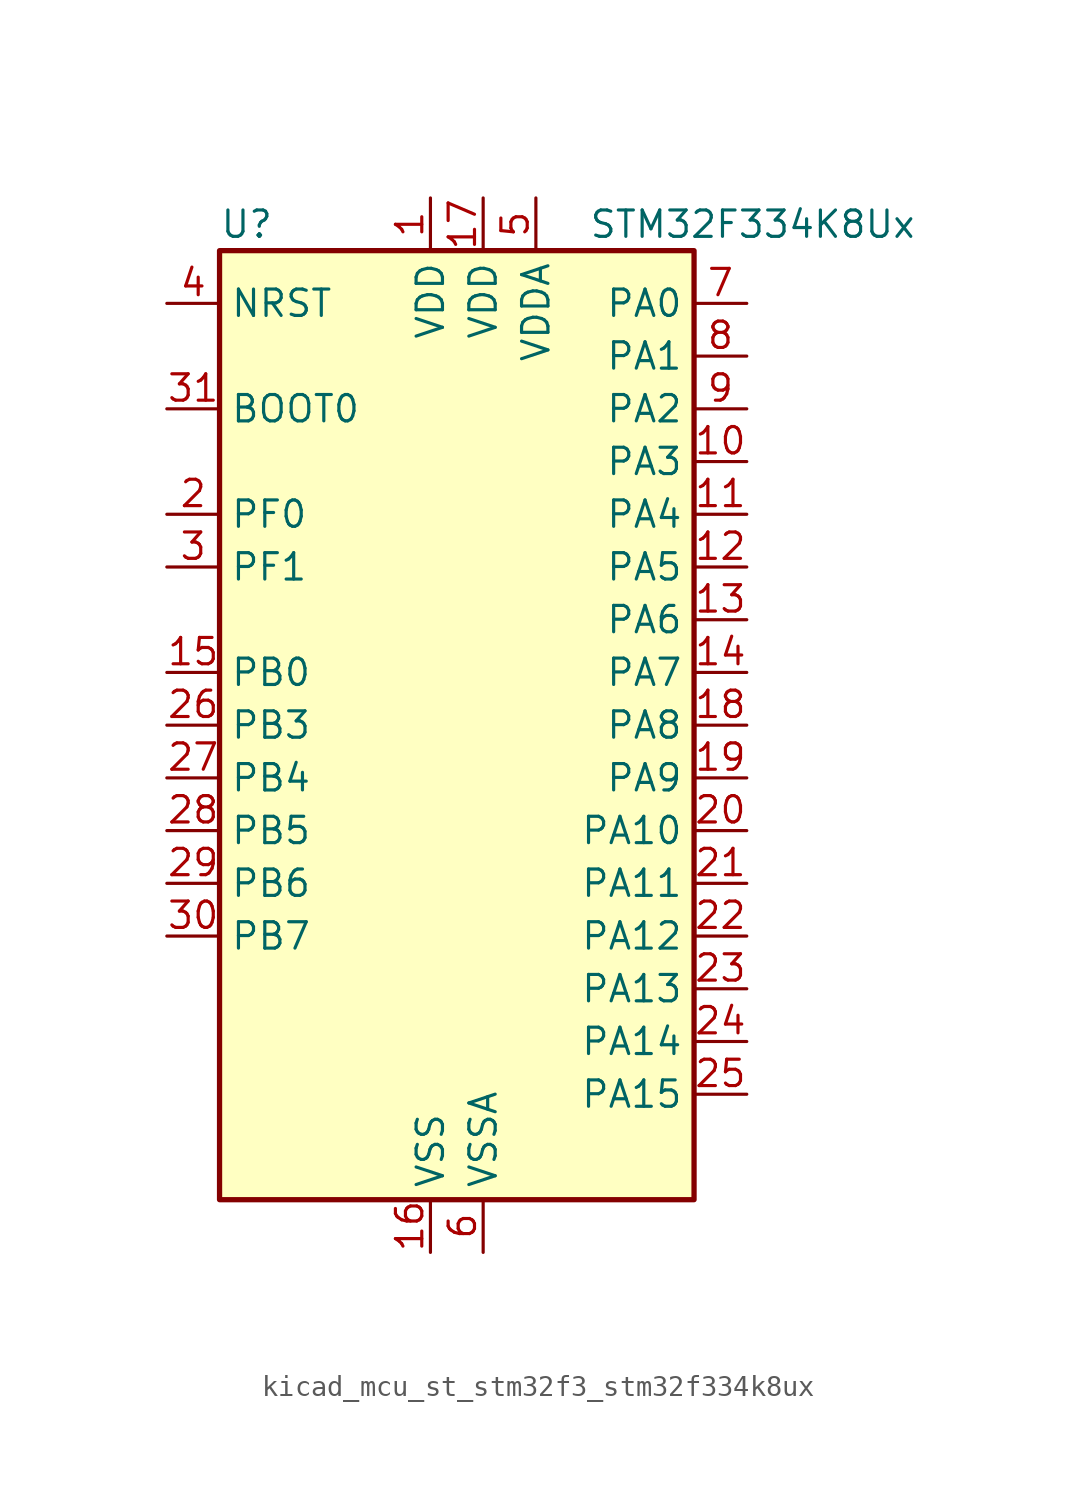
<source format=kicad_sym>
(kicad_symbol_lib
  (version 20220914)
  (generator kicad_symbol_editor)
  (symbol "kicad_mcu_st_stm32f3_stm32f334k8ux"
    (property "Reference" "U"
      (at -10.16 24.13 0)
      (effects (font (size 1.27 1.27)) (justify left)))
    (property "Value" "STM32F334K8Ux"
      (at 7.62 24.13 0)
      (effects (font (size 1.27 1.27)) (justify left)))
    (property "ki_locked" ""
      (at 0 0 0)
      (effects (font (size 1.27 1.27))))
    (symbol "kicad_mcu_st_stm32f3_stm32f334k8ux_0_1"
      (rectangle (start -10.16 -22.86) (end 12.7 22.86) (stroke (width 0.254) (type default)) (fill (type background))))
    (symbol "kicad_mcu_st_stm32f3_stm32f334k8ux_1_1"
      (pin power_in line (at 0 25.4 270) (length 2.54) (name "VDD" (effects (font (size 1.27 1.27)))) (number "1" (effects (font (size 1.27 1.27)))))
      (pin bidirectional line (at 15.24 12.7 180) (length 2.54) (name "PA3" (effects (font (size 1.27 1.27)))) (number "10" (effects (font (size 1.27 1.27)))) (alternate "ADC1_IN4" bidirectional line) (alternate "TIM15_CH2" bidirectional line) (alternate "TIM2_CH4" bidirectional line) (alternate "TSC_G1_IO4" bidirectional line) (alternate "USART2_RX" bidirectional line))
      (pin bidirectional line (at 15.24 10.16 180) (length 2.54) (name "PA4" (effects (font (size 1.27 1.27)))) (number "11" (effects (font (size 1.27 1.27)))) (alternate "ADC2_IN1" bidirectional line) (alternate "COMP2_INM" bidirectional line) (alternate "COMP4_INM" bidirectional line) (alternate "DAC1_OUT1" bidirectional line) (alternate "SPI1_NSS" bidirectional line) (alternate "TIM3_CH2" bidirectional line) (alternate "TSC_G2_IO1" bidirectional line) (alternate "USART2_CK" bidirectional line))
      (pin bidirectional line (at 15.24 7.62 180) (length 2.54) (name "PA5" (effects (font (size 1.27 1.27)))) (number "12" (effects (font (size 1.27 1.27)))) (alternate "ADC2_IN2" bidirectional line) (alternate "DAC1_OUT2" bidirectional line) (alternate "OPAMP2_VINM" bidirectional line) (alternate "OPAMP2_VINM_SEC" bidirectional line) (alternate "SPI1_SCK" bidirectional line) (alternate "TIM2_CH1" bidirectional line) (alternate "TIM2_ETR" bidirectional line) (alternate "TSC_G2_IO2" bidirectional line))
      (pin bidirectional line (at 15.24 5.08 180) (length 2.54) (name "PA6" (effects (font (size 1.27 1.27)))) (number "13" (effects (font (size 1.27 1.27)))) (alternate "ADC2_IN3" bidirectional line) (alternate "DAC2_OUT1" bidirectional line) (alternate "OPAMP2_DIG" bidirectional line) (alternate "OPAMP2_VOUT" bidirectional line) (alternate "SPI1_MISO" bidirectional line) (alternate "TIM16_CH1" bidirectional line) (alternate "TIM1_BKIN" bidirectional line) (alternate "TIM3_CH1" bidirectional line) (alternate "TSC_G2_IO3" bidirectional line))
      (pin bidirectional line (at 15.24 2.54 180) (length 2.54) (name "PA7" (effects (font (size 1.27 1.27)))) (number "14" (effects (font (size 1.27 1.27)))) (alternate "ADC2_IN4" bidirectional line) (alternate "COMP2_INP" bidirectional line) (alternate "OPAMP2_VINP" bidirectional line) (alternate "OPAMP2_VINP_SEC" bidirectional line) (alternate "SPI1_MOSI" bidirectional line) (alternate "TIM17_CH1" bidirectional line) (alternate "TIM1_CH1N" bidirectional line) (alternate "TIM3_CH2" bidirectional line) (alternate "TSC_G2_IO4" bidirectional line))
      (pin bidirectional line (at -12.7 2.54 0) (length 2.54) (name "PB0" (effects (font (size 1.27 1.27)))) (number "15" (effects (font (size 1.27 1.27)))) (alternate "ADC1_IN11" bidirectional line) (alternate "COMP4_INP" bidirectional line) (alternate "OPAMP2_VINP" bidirectional line) (alternate "OPAMP2_VINP_SEC" bidirectional line) (alternate "TIM1_CH2N" bidirectional line) (alternate "TIM3_CH3" bidirectional line) (alternate "TSC_G3_IO2" bidirectional line))
      (pin power_in line (at 0 -25.4 90) (length 2.54) (name "VSS" (effects (font (size 1.27 1.27)))) (number "16" (effects (font (size 1.27 1.27)))))
      (pin power_in line (at 2.54 25.4 270) (length 2.54) (name "VDD" (effects (font (size 1.27 1.27)))) (number "17" (effects (font (size 1.27 1.27)))))
      (pin bidirectional line (at 15.24 0 180) (length 2.54) (name "PA8" (effects (font (size 1.27 1.27)))) (number "18" (effects (font (size 1.27 1.27)))) (alternate "HRTIM1_CHA1" bidirectional line) (alternate "RCC_MCO" bidirectional line) (alternate "TIM1_CH1" bidirectional line) (alternate "USART1_CK" bidirectional line))
      (pin bidirectional line (at 15.24 -2.54 180) (length 2.54) (name "PA9" (effects (font (size 1.27 1.27)))) (number "19" (effects (font (size 1.27 1.27)))) (alternate "DAC1_EXTI9" bidirectional line) (alternate "DAC2_EXTI9" bidirectional line) (alternate "HRTIM1_CHA2" bidirectional line) (alternate "TIM15_BKIN" bidirectional line) (alternate "TIM1_CH2" bidirectional line) (alternate "TIM2_CH3" bidirectional line) (alternate "TSC_G4_IO1" bidirectional line) (alternate "USART1_TX" bidirectional line))
      (pin bidirectional line (at -12.7 10.16 0) (length 2.54) (name "PF0" (effects (font (size 1.27 1.27)))) (number "2" (effects (font (size 1.27 1.27)))) (alternate "RCC_OSC_IN" bidirectional line) (alternate "TIM1_CH3N" bidirectional line))
      (pin bidirectional line (at 15.24 -5.08 180) (length 2.54) (name "PA10" (effects (font (size 1.27 1.27)))) (number "20" (effects (font (size 1.27 1.27)))) (alternate "HRTIM1_CHB1" bidirectional line) (alternate "TIM17_BKIN" bidirectional line) (alternate "TIM1_CH3" bidirectional line) (alternate "TIM2_CH4" bidirectional line) (alternate "TSC_G4_IO2" bidirectional line) (alternate "USART1_RX" bidirectional line))
      (pin bidirectional line (at 15.24 -7.62 180) (length 2.54) (name "PA11" (effects (font (size 1.27 1.27)))) (number "21" (effects (font (size 1.27 1.27)))) (alternate "ADC1_EXTI11" bidirectional line) (alternate "ADC2_EXTI11" bidirectional line) (alternate "CAN_RX" bidirectional line) (alternate "HRTIM1_CHB2" bidirectional line) (alternate "TIM1_BKIN2" bidirectional line) (alternate "TIM1_CH1N" bidirectional line) (alternate "TIM1_CH4" bidirectional line) (alternate "USART1_CTS" bidirectional line))
      (pin bidirectional line (at 15.24 -10.16 180) (length 2.54) (name "PA12" (effects (font (size 1.27 1.27)))) (number "22" (effects (font (size 1.27 1.27)))) (alternate "CAN_TX" bidirectional line) (alternate "COMP2_OUT" bidirectional line) (alternate "HRTIM1_FLT1" bidirectional line) (alternate "TIM16_CH1" bidirectional line) (alternate "TIM1_CH2N" bidirectional line) (alternate "TIM1_ETR" bidirectional line) (alternate "USART1_DE" bidirectional line) (alternate "USART1_RTS" bidirectional line))
      (pin bidirectional line (at 15.24 -12.7 180) (length 2.54) (name "PA13" (effects (font (size 1.27 1.27)))) (number "23" (effects (font (size 1.27 1.27)))) (alternate "IR_OUT" bidirectional line) (alternate "SYS_JTMS-SWDIO" bidirectional line) (alternate "TIM16_CH1N" bidirectional line) (alternate "TSC_G4_IO3" bidirectional line))
      (pin bidirectional line (at 15.24 -15.24 180) (length 2.54) (name "PA14" (effects (font (size 1.27 1.27)))) (number "24" (effects (font (size 1.27 1.27)))) (alternate "I2C1_SDA" bidirectional line) (alternate "SYS_JTCK-SWCLK" bidirectional line) (alternate "TIM1_BKIN" bidirectional line) (alternate "TSC_G4_IO4" bidirectional line) (alternate "USART2_TX" bidirectional line))
      (pin bidirectional line (at 15.24 -17.78 180) (length 2.54) (name "PA15" (effects (font (size 1.27 1.27)))) (number "25" (effects (font (size 1.27 1.27)))) (alternate "ADC1_EXTI15" bidirectional line) (alternate "ADC2_EXTI15" bidirectional line) (alternate "HRTIM1_FLT2" bidirectional line) (alternate "I2C1_SCL" bidirectional line) (alternate "SPI1_NSS" bidirectional line) (alternate "SYS_JTDI" bidirectional line) (alternate "TIM1_BKIN" bidirectional line) (alternate "TIM2_CH1" bidirectional line) (alternate "TIM2_ETR" bidirectional line) (alternate "TSC_SYNC" bidirectional line) (alternate "USART2_RX" bidirectional line))
      (pin bidirectional line (at -12.7 0 0) (length 2.54) (name "PB3" (effects (font (size 1.27 1.27)))) (number "26" (effects (font (size 1.27 1.27)))) (alternate "HRTIM1_EEV9" bidirectional line) (alternate "HRTIM1_SCOUT" bidirectional line) (alternate "SPI1_SCK" bidirectional line) (alternate "SYS_JTDO-TRACESWO" bidirectional line) (alternate "TIM2_CH2" bidirectional line) (alternate "TIM3_ETR" bidirectional line) (alternate "TSC_G5_IO1" bidirectional line) (alternate "USART2_TX" bidirectional line))
      (pin bidirectional line (at -12.7 -2.54 0) (length 2.54) (name "PB4" (effects (font (size 1.27 1.27)))) (number "27" (effects (font (size 1.27 1.27)))) (alternate "HRTIM1_EEV7" bidirectional line) (alternate "SPI1_MISO" bidirectional line) (alternate "SYS_NJTRST" bidirectional line) (alternate "TIM16_CH1" bidirectional line) (alternate "TIM17_BKIN" bidirectional line) (alternate "TIM3_CH1" bidirectional line) (alternate "TSC_G5_IO2" bidirectional line) (alternate "USART2_RX" bidirectional line))
      (pin bidirectional line (at -12.7 -5.08 0) (length 2.54) (name "PB5" (effects (font (size 1.27 1.27)))) (number "28" (effects (font (size 1.27 1.27)))) (alternate "HRTIM1_EEV6" bidirectional line) (alternate "I2C1_SMBA" bidirectional line) (alternate "SPI1_MOSI" bidirectional line) (alternate "TIM16_BKIN" bidirectional line) (alternate "TIM17_CH1" bidirectional line) (alternate "TIM3_CH2" bidirectional line) (alternate "USART2_CK" bidirectional line))
      (pin bidirectional line (at -12.7 -7.62 0) (length 2.54) (name "PB6" (effects (font (size 1.27 1.27)))) (number "29" (effects (font (size 1.27 1.27)))) (alternate "HRTIM1_EEV4" bidirectional line) (alternate "HRTIM1_SCIN" bidirectional line) (alternate "I2C1_SCL" bidirectional line) (alternate "TIM16_CH1N" bidirectional line) (alternate "TSC_G5_IO3" bidirectional line) (alternate "USART1_TX" bidirectional line))
      (pin bidirectional line (at -12.7 7.62 0) (length 2.54) (name "PF1" (effects (font (size 1.27 1.27)))) (number "3" (effects (font (size 1.27 1.27)))) (alternate "RCC_OSC_OUT" bidirectional line))
      (pin bidirectional line (at -12.7 -10.16 0) (length 2.54) (name "PB7" (effects (font (size 1.27 1.27)))) (number "30" (effects (font (size 1.27 1.27)))) (alternate "HRTIM1_EEV3" bidirectional line) (alternate "I2C1_SDA" bidirectional line) (alternate "TIM17_CH1N" bidirectional line) (alternate "TIM3_CH4" bidirectional line) (alternate "TSC_G5_IO4" bidirectional line) (alternate "USART1_RX" bidirectional line))
      (pin input line (at -12.7 15.24 0) (length 2.54) (name "BOOT0" (effects (font (size 1.27 1.27)))) (number "31" (effects (font (size 1.27 1.27)))))
      (pin passive line (at 0 -25.4 90) (length 2.54) hide (name "VSS" (effects (font (size 1.27 1.27)))) (number "32" (effects (font (size 1.27 1.27)))))
      (pin passive line (at 0 -25.4 90) (length 2.54) hide (name "VSS" (effects (font (size 1.27 1.27)))) (number "33" (effects (font (size 1.27 1.27)))))
      (pin input line (at -12.7 20.32 0) (length 2.54) (name "NRST" (effects (font (size 1.27 1.27)))) (number "4" (effects (font (size 1.27 1.27)))))
      (pin power_in line (at 5.08 25.4 270) (length 2.54) (name "VDDA" (effects (font (size 1.27 1.27)))) (number "5" (effects (font (size 1.27 1.27)))))
      (pin power_in line (at 2.54 -25.4 90) (length 2.54) (name "VSSA" (effects (font (size 1.27 1.27)))) (number "6" (effects (font (size 1.27 1.27)))))
      (pin bidirectional line (at 15.24 20.32 180) (length 2.54) (name "PA0" (effects (font (size 1.27 1.27)))) (number "7" (effects (font (size 1.27 1.27)))) (alternate "ADC1_IN1" bidirectional line) (alternate "RTC_TAMP2" bidirectional line) (alternate "SYS_WKUP1" bidirectional line) (alternate "TIM2_CH1" bidirectional line) (alternate "TIM2_ETR" bidirectional line) (alternate "TSC_G1_IO1" bidirectional line) (alternate "USART2_CTS" bidirectional line))
      (pin bidirectional line (at 15.24 17.78 180) (length 2.54) (name "PA1" (effects (font (size 1.27 1.27)))) (number "8" (effects (font (size 1.27 1.27)))) (alternate "ADC1_IN2" bidirectional line) (alternate "RTC_REFIN" bidirectional line) (alternate "TIM15_CH1N" bidirectional line) (alternate "TIM2_CH2" bidirectional line) (alternate "TSC_G1_IO2" bidirectional line) (alternate "USART2_DE" bidirectional line) (alternate "USART2_RTS" bidirectional line))
      (pin bidirectional line (at 15.24 15.24 180) (length 2.54) (name "PA2" (effects (font (size 1.27 1.27)))) (number "9" (effects (font (size 1.27 1.27)))) (alternate "ADC1_IN3" bidirectional line) (alternate "COMP2_INM" bidirectional line) (alternate "COMP2_OUT" bidirectional line) (alternate "TIM15_CH1" bidirectional line) (alternate "TIM2_CH3" bidirectional line) (alternate "TSC_G1_IO3" bidirectional line) (alternate "USART2_TX" bidirectional line)))))
</source>
